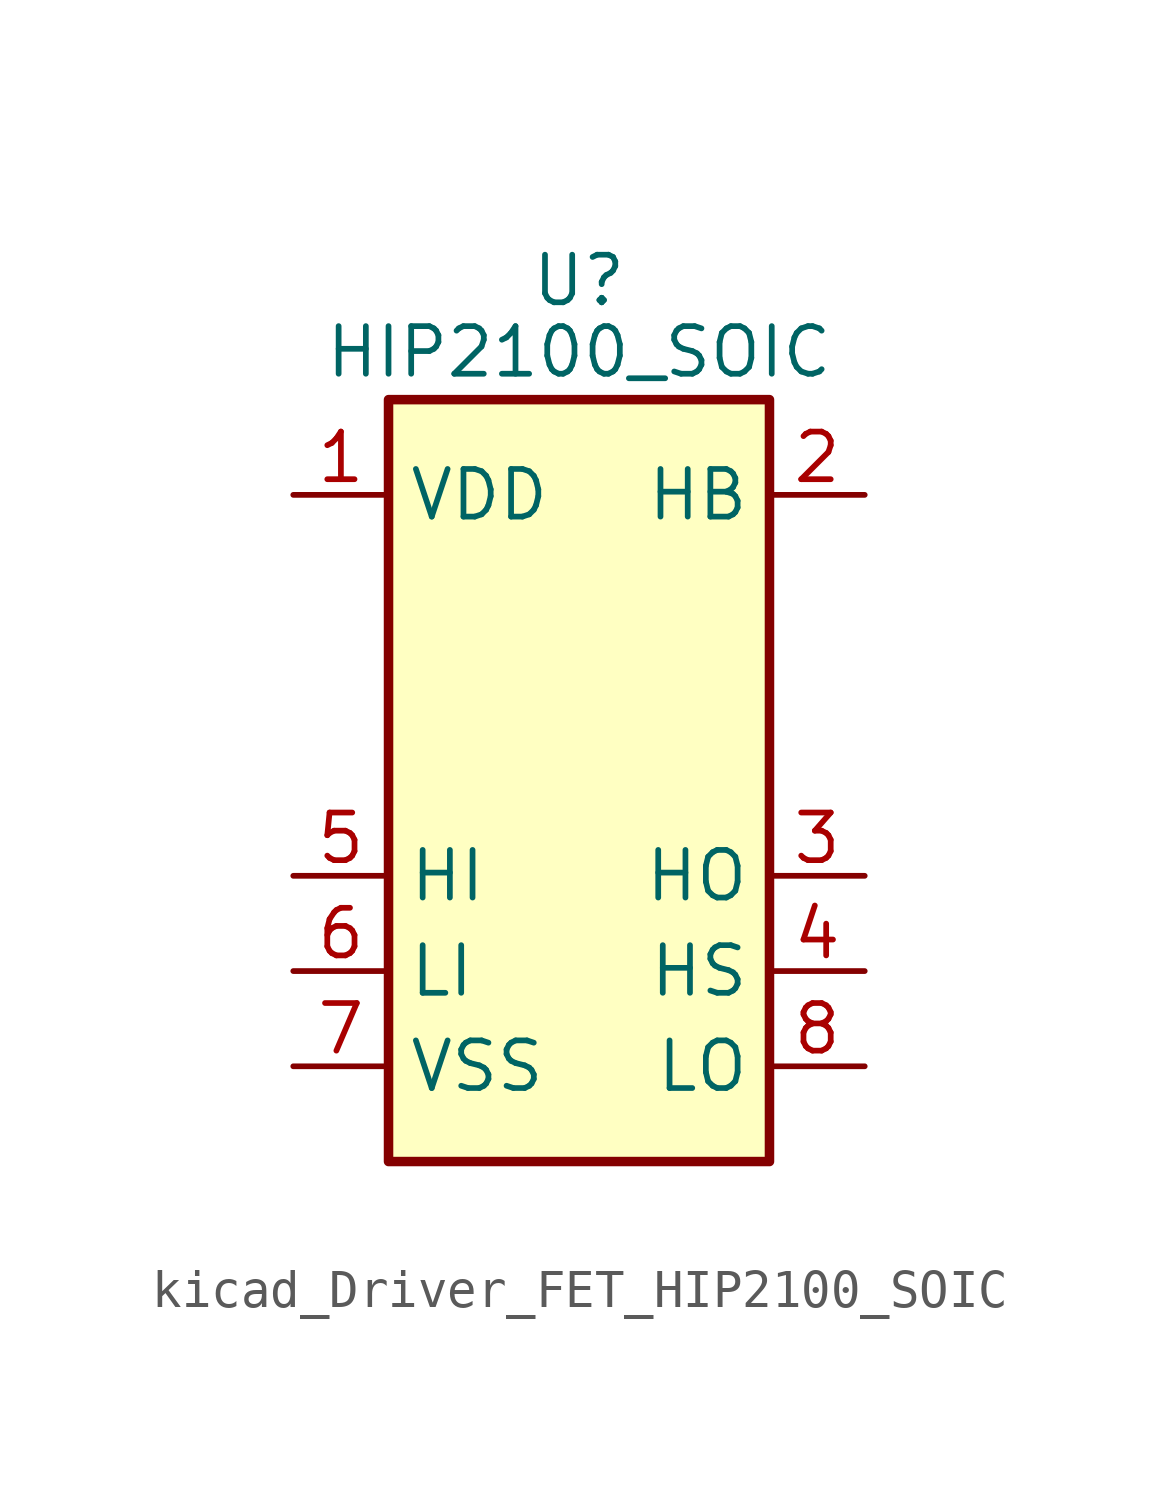
<source format=kicad_sym>
(kicad_symbol_lib
  (version 20220914)
  (generator kicad_symbol_editor)
  (symbol "kicad_Driver_FET_HIP2100_SOIC"
    (property "Reference" "U"
      (at 0 13.335 0)
      (effects (font (size 1.27 1.27))))
    (property "Value" "HIP2100_SOIC"
      (at 0 11.43 0)
      (effects (font (size 1.27 1.27))))
    (symbol "kicad_Driver_FET_HIP2100_SOIC_0_1"
      (rectangle (start -5.08 -10.16) (end 5.08 10.16) (stroke (width 0.254) (type default)) (fill (type background))))
    (symbol "kicad_Driver_FET_HIP2100_SOIC_1_1"
      (pin power_in line (at -7.62 7.62 0) (length 2.54) (name "VDD" (effects (font (size 1.27 1.27)))) (number "1" (effects (font (size 1.27 1.27)))))
      (pin passive line (at 7.62 7.62 180) (length 2.54) (name "HB" (effects (font (size 1.27 1.27)))) (number "2" (effects (font (size 1.27 1.27)))))
      (pin output line (at 7.62 -2.54 180) (length 2.54) (name "HO" (effects (font (size 1.27 1.27)))) (number "3" (effects (font (size 1.27 1.27)))))
      (pin passive line (at 7.62 -5.08 180) (length 2.54) (name "HS" (effects (font (size 1.27 1.27)))) (number "4" (effects (font (size 1.27 1.27)))))
      (pin input line (at -7.62 -2.54 0) (length 2.54) (name "HI" (effects (font (size 1.27 1.27)))) (number "5" (effects (font (size 1.27 1.27)))))
      (pin input line (at -7.62 -5.08 0) (length 2.54) (name "LI" (effects (font (size 1.27 1.27)))) (number "6" (effects (font (size 1.27 1.27)))))
      (pin power_in line (at -7.62 -7.62 0) (length 2.54) (name "VSS" (effects (font (size 1.27 1.27)))) (number "7" (effects (font (size 1.27 1.27)))))
      (pin output line (at 7.62 -7.62 180) (length 2.54) (name "LO" (effects (font (size 1.27 1.27)))) (number "8" (effects (font (size 1.27 1.27))))))))
</source>
